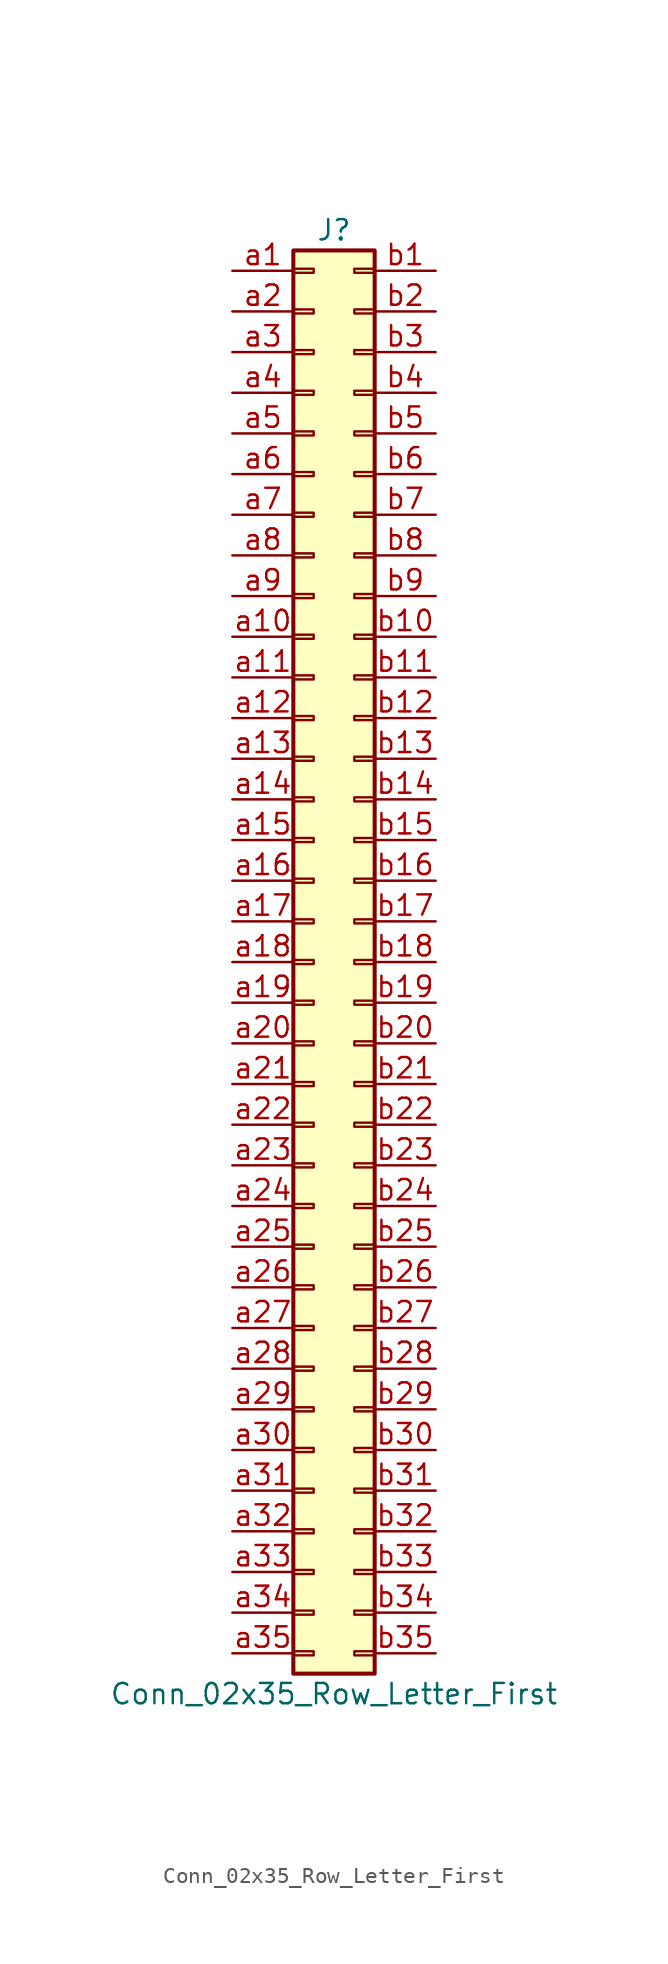
<source format=kicad_sym>
(kicad_symbol_lib
  (version 20211014)
  (generator kicad_symbol_editor)
  (symbol "Conn_02x35_Row_Letter_First"
    (pin_names
      (offset 1.016) hide)
    (property "Reference" "J"
      (at 1.27 45.72 0)
      (effects (font (size 1.27 1.27))))
    (property "Value" "Conn_02x35_Row_Letter_First"
      (at 1.27 -45.72 0)
      (effects (font (size 1.27 1.27))))
    (symbol "Conn_02x35_Row_Letter_First_1_1"
      (rectangle (start -1.27 -43.053) (end 0 -43.307) (stroke (width 0.152) (type default) (color 0 0 0 0)) (fill (type none)))
      (rectangle (start -1.27 -40.513) (end 0 -40.767) (stroke (width 0.152) (type default) (color 0 0 0 0)) (fill (type none)))
      (rectangle (start -1.27 -37.973) (end 0 -38.227) (stroke (width 0.152) (type default) (color 0 0 0 0)) (fill (type none)))
      (rectangle (start -1.27 -35.433) (end 0 -35.687) (stroke (width 0.152) (type default) (color 0 0 0 0)) (fill (type none)))
      (rectangle (start -1.27 -32.893) (end 0 -33.147) (stroke (width 0.152) (type default) (color 0 0 0 0)) (fill (type none)))
      (rectangle (start -1.27 -30.353) (end 0 -30.607) (stroke (width 0.152) (type default) (color 0 0 0 0)) (fill (type none)))
      (rectangle (start -1.27 -27.813) (end 0 -28.067) (stroke (width 0.152) (type default) (color 0 0 0 0)) (fill (type none)))
      (rectangle (start -1.27 -25.273) (end 0 -25.527) (stroke (width 0.152) (type default) (color 0 0 0 0)) (fill (type none)))
      (rectangle (start -1.27 -22.733) (end 0 -22.987) (stroke (width 0.152) (type default) (color 0 0 0 0)) (fill (type none)))
      (rectangle (start -1.27 -20.193) (end 0 -20.447) (stroke (width 0.152) (type default) (color 0 0 0 0)) (fill (type none)))
      (rectangle (start -1.27 -17.653) (end 0 -17.907) (stroke (width 0.152) (type default) (color 0 0 0 0)) (fill (type none)))
      (rectangle (start -1.27 -15.113) (end 0 -15.367) (stroke (width 0.152) (type default) (color 0 0 0 0)) (fill (type none)))
      (rectangle (start -1.27 -12.573) (end 0 -12.827) (stroke (width 0.152) (type default) (color 0 0 0 0)) (fill (type none)))
      (rectangle (start -1.27 -10.033) (end 0 -10.287) (stroke (width 0.152) (type default) (color 0 0 0 0)) (fill (type none)))
      (rectangle (start -1.27 -7.493) (end 0 -7.747) (stroke (width 0.152) (type default) (color 0 0 0 0)) (fill (type none)))
      (rectangle (start -1.27 -4.953) (end 0 -5.207) (stroke (width 0.152) (type default) (color 0 0 0 0)) (fill (type none)))
      (rectangle (start -1.27 -2.413) (end 0 -2.667) (stroke (width 0.152) (type default) (color 0 0 0 0)) (fill (type none)))
      (rectangle (start -1.27 0.127) (end 0 -0.127) (stroke (width 0.152) (type default) (color 0 0 0 0)) (fill (type none)))
      (rectangle (start -1.27 2.667) (end 0 2.413) (stroke (width 0.152) (type default) (color 0 0 0 0)) (fill (type none)))
      (rectangle (start -1.27 5.207) (end 0 4.953) (stroke (width 0.152) (type default) (color 0 0 0 0)) (fill (type none)))
      (rectangle (start -1.27 7.747) (end 0 7.493) (stroke (width 0.152) (type default) (color 0 0 0 0)) (fill (type none)))
      (rectangle (start -1.27 10.287) (end 0 10.033) (stroke (width 0.152) (type default) (color 0 0 0 0)) (fill (type none)))
      (rectangle (start -1.27 12.827) (end 0 12.573) (stroke (width 0.152) (type default) (color 0 0 0 0)) (fill (type none)))
      (rectangle (start -1.27 15.367) (end 0 15.113) (stroke (width 0.152) (type default) (color 0 0 0 0)) (fill (type none)))
      (rectangle (start -1.27 17.907) (end 0 17.653) (stroke (width 0.152) (type default) (color 0 0 0 0)) (fill (type none)))
      (rectangle (start -1.27 20.447) (end 0 20.193) (stroke (width 0.152) (type default) (color 0 0 0 0)) (fill (type none)))
      (rectangle (start -1.27 22.987) (end 0 22.733) (stroke (width 0.152) (type default) (color 0 0 0 0)) (fill (type none)))
      (rectangle (start -1.27 25.527) (end 0 25.273) (stroke (width 0.152) (type default) (color 0 0 0 0)) (fill (type none)))
      (rectangle (start -1.27 28.067) (end 0 27.813) (stroke (width 0.152) (type default) (color 0 0 0 0)) (fill (type none)))
      (rectangle (start -1.27 30.607) (end 0 30.353) (stroke (width 0.152) (type default) (color 0 0 0 0)) (fill (type none)))
      (rectangle (start -1.27 33.147) (end 0 32.893) (stroke (width 0.152) (type default) (color 0 0 0 0)) (fill (type none)))
      (rectangle (start -1.27 35.687) (end 0 35.433) (stroke (width 0.152) (type default) (color 0 0 0 0)) (fill (type none)))
      (rectangle (start -1.27 38.227) (end 0 37.973) (stroke (width 0.152) (type default) (color 0 0 0 0)) (fill (type none)))
      (rectangle (start -1.27 40.767) (end 0 40.513) (stroke (width 0.152) (type default) (color 0 0 0 0)) (fill (type none)))
      (rectangle (start -1.27 43.307) (end 0 43.053) (stroke (width 0.152) (type default) (color 0 0 0 0)) (fill (type none)))
      (rectangle (start -1.27 44.45) (end 3.81 -44.45) (stroke (width 0.254) (type default) (color 0 0 0 0)) (fill (type background)))
      (rectangle (start 3.81 -43.053) (end 2.54 -43.307) (stroke (width 0.152) (type default) (color 0 0 0 0)) (fill (type none)))
      (rectangle (start 3.81 -40.513) (end 2.54 -40.767) (stroke (width 0.152) (type default) (color 0 0 0 0)) (fill (type none)))
      (rectangle (start 3.81 -37.973) (end 2.54 -38.227) (stroke (width 0.152) (type default) (color 0 0 0 0)) (fill (type none)))
      (rectangle (start 3.81 -35.433) (end 2.54 -35.687) (stroke (width 0.152) (type default) (color 0 0 0 0)) (fill (type none)))
      (rectangle (start 3.81 -32.893) (end 2.54 -33.147) (stroke (width 0.152) (type default) (color 0 0 0 0)) (fill (type none)))
      (rectangle (start 3.81 -30.353) (end 2.54 -30.607) (stroke (width 0.152) (type default) (color 0 0 0 0)) (fill (type none)))
      (rectangle (start 3.81 -27.813) (end 2.54 -28.067) (stroke (width 0.152) (type default) (color 0 0 0 0)) (fill (type none)))
      (rectangle (start 3.81 -25.273) (end 2.54 -25.527) (stroke (width 0.152) (type default) (color 0 0 0 0)) (fill (type none)))
      (rectangle (start 3.81 -22.733) (end 2.54 -22.987) (stroke (width 0.152) (type default) (color 0 0 0 0)) (fill (type none)))
      (rectangle (start 3.81 -20.193) (end 2.54 -20.447) (stroke (width 0.152) (type default) (color 0 0 0 0)) (fill (type none)))
      (rectangle (start 3.81 -17.653) (end 2.54 -17.907) (stroke (width 0.152) (type default) (color 0 0 0 0)) (fill (type none)))
      (rectangle (start 3.81 -15.113) (end 2.54 -15.367) (stroke (width 0.152) (type default) (color 0 0 0 0)) (fill (type none)))
      (rectangle (start 3.81 -12.573) (end 2.54 -12.827) (stroke (width 0.152) (type default) (color 0 0 0 0)) (fill (type none)))
      (rectangle (start 3.81 -10.033) (end 2.54 -10.287) (stroke (width 0.152) (type default) (color 0 0 0 0)) (fill (type none)))
      (rectangle (start 3.81 -7.493) (end 2.54 -7.747) (stroke (width 0.152) (type default) (color 0 0 0 0)) (fill (type none)))
      (rectangle (start 3.81 -4.953) (end 2.54 -5.207) (stroke (width 0.152) (type default) (color 0 0 0 0)) (fill (type none)))
      (rectangle (start 3.81 -2.413) (end 2.54 -2.667) (stroke (width 0.152) (type default) (color 0 0 0 0)) (fill (type none)))
      (rectangle (start 3.81 0.127) (end 2.54 -0.127) (stroke (width 0.152) (type default) (color 0 0 0 0)) (fill (type none)))
      (rectangle (start 3.81 2.667) (end 2.54 2.413) (stroke (width 0.152) (type default) (color 0 0 0 0)) (fill (type none)))
      (rectangle (start 3.81 5.207) (end 2.54 4.953) (stroke (width 0.152) (type default) (color 0 0 0 0)) (fill (type none)))
      (rectangle (start 3.81 7.747) (end 2.54 7.493) (stroke (width 0.152) (type default) (color 0 0 0 0)) (fill (type none)))
      (rectangle (start 3.81 10.287) (end 2.54 10.033) (stroke (width 0.152) (type default) (color 0 0 0 0)) (fill (type none)))
      (rectangle (start 3.81 12.827) (end 2.54 12.573) (stroke (width 0.152) (type default) (color 0 0 0 0)) (fill (type none)))
      (rectangle (start 3.81 15.367) (end 2.54 15.113) (stroke (width 0.152) (type default) (color 0 0 0 0)) (fill (type none)))
      (rectangle (start 3.81 17.907) (end 2.54 17.653) (stroke (width 0.152) (type default) (color 0 0 0 0)) (fill (type none)))
      (rectangle (start 3.81 20.447) (end 2.54 20.193) (stroke (width 0.152) (type default) (color 0 0 0 0)) (fill (type none)))
      (rectangle (start 3.81 22.987) (end 2.54 22.733) (stroke (width 0.152) (type default) (color 0 0 0 0)) (fill (type none)))
      (rectangle (start 3.81 25.527) (end 2.54 25.273) (stroke (width 0.152) (type default) (color 0 0 0 0)) (fill (type none)))
      (rectangle (start 3.81 28.067) (end 2.54 27.813) (stroke (width 0.152) (type default) (color 0 0 0 0)) (fill (type none)))
      (rectangle (start 3.81 30.607) (end 2.54 30.353) (stroke (width 0.152) (type default) (color 0 0 0 0)) (fill (type none)))
      (rectangle (start 3.81 33.147) (end 2.54 32.893) (stroke (width 0.152) (type default) (color 0 0 0 0)) (fill (type none)))
      (rectangle (start 3.81 35.687) (end 2.54 35.433) (stroke (width 0.152) (type default) (color 0 0 0 0)) (fill (type none)))
      (rectangle (start 3.81 38.227) (end 2.54 37.973) (stroke (width 0.152) (type default) (color 0 0 0 0)) (fill (type none)))
      (rectangle (start 3.81 40.767) (end 2.54 40.513) (stroke (width 0.152) (type default) (color 0 0 0 0)) (fill (type none)))
      (rectangle (start 3.81 43.307) (end 2.54 43.053) (stroke (width 0.152) (type default) (color 0 0 0 0)) (fill (type none)))
      (pin passive line (at -5.08 43.18 0) (length 3.81) (name "Pin_a1" (effects (font (size 1.27 1.27)))) (number "a1" (effects (font (size 1.27 1.27)))))
      (pin passive line (at -5.08 20.32 0) (length 3.81) (name "Pin_a10" (effects (font (size 1.27 1.27)))) (number "a10" (effects (font (size 1.27 1.27)))))
      (pin passive line (at -5.08 17.78 0) (length 3.81) (name "Pin_a11" (effects (font (size 1.27 1.27)))) (number "a11" (effects (font (size 1.27 1.27)))))
      (pin passive line (at -5.08 15.24 0) (length 3.81) (name "Pin_a12" (effects (font (size 1.27 1.27)))) (number "a12" (effects (font (size 1.27 1.27)))))
      (pin passive line (at -5.08 12.7 0) (length 3.81) (name "Pin_a13" (effects (font (size 1.27 1.27)))) (number "a13" (effects (font (size 1.27 1.27)))))
      (pin passive line (at -5.08 10.16 0) (length 3.81) (name "Pin_a14" (effects (font (size 1.27 1.27)))) (number "a14" (effects (font (size 1.27 1.27)))))
      (pin passive line (at -5.08 7.62 0) (length 3.81) (name "Pin_a15" (effects (font (size 1.27 1.27)))) (number "a15" (effects (font (size 1.27 1.27)))))
      (pin passive line (at -5.08 5.08 0) (length 3.81) (name "Pin_a16" (effects (font (size 1.27 1.27)))) (number "a16" (effects (font (size 1.27 1.27)))))
      (pin passive line (at -5.08 2.54 0) (length 3.81) (name "Pin_a17" (effects (font (size 1.27 1.27)))) (number "a17" (effects (font (size 1.27 1.27)))))
      (pin passive line (at -5.08 0 0) (length 3.81) (name "Pin_a18" (effects (font (size 1.27 1.27)))) (number "a18" (effects (font (size 1.27 1.27)))))
      (pin passive line (at -5.08 -2.54 0) (length 3.81) (name "Pin_a19" (effects (font (size 1.27 1.27)))) (number "a19" (effects (font (size 1.27 1.27)))))
      (pin passive line (at -5.08 40.64 0) (length 3.81) (name "Pin_a2" (effects (font (size 1.27 1.27)))) (number "a2" (effects (font (size 1.27 1.27)))))
      (pin passive line (at -5.08 -5.08 0) (length 3.81) (name "Pin_a20" (effects (font (size 1.27 1.27)))) (number "a20" (effects (font (size 1.27 1.27)))))
      (pin passive line (at -5.08 -7.62 0) (length 3.81) (name "Pin_a21" (effects (font (size 1.27 1.27)))) (number "a21" (effects (font (size 1.27 1.27)))))
      (pin passive line (at -5.08 -10.16 0) (length 3.81) (name "Pin_a22" (effects (font (size 1.27 1.27)))) (number "a22" (effects (font (size 1.27 1.27)))))
      (pin passive line (at -5.08 -12.7 0) (length 3.81) (name "Pin_a23" (effects (font (size 1.27 1.27)))) (number "a23" (effects (font (size 1.27 1.27)))))
      (pin passive line (at -5.08 -15.24 0) (length 3.81) (name "Pin_a24" (effects (font (size 1.27 1.27)))) (number "a24" (effects (font (size 1.27 1.27)))))
      (pin passive line (at -5.08 -17.78 0) (length 3.81) (name "Pin_a25" (effects (font (size 1.27 1.27)))) (number "a25" (effects (font (size 1.27 1.27)))))
      (pin passive line (at -5.08 -20.32 0) (length 3.81) (name "Pin_a26" (effects (font (size 1.27 1.27)))) (number "a26" (effects (font (size 1.27 1.27)))))
      (pin passive line (at -5.08 -22.86 0) (length 3.81) (name "Pin_a27" (effects (font (size 1.27 1.27)))) (number "a27" (effects (font (size 1.27 1.27)))))
      (pin passive line (at -5.08 -25.4 0) (length 3.81) (name "Pin_a28" (effects (font (size 1.27 1.27)))) (number "a28" (effects (font (size 1.27 1.27)))))
      (pin passive line (at -5.08 -27.94 0) (length 3.81) (name "Pin_a29" (effects (font (size 1.27 1.27)))) (number "a29" (effects (font (size 1.27 1.27)))))
      (pin passive line (at -5.08 38.1 0) (length 3.81) (name "Pin_a3" (effects (font (size 1.27 1.27)))) (number "a3" (effects (font (size 1.27 1.27)))))
      (pin passive line (at -5.08 -30.48 0) (length 3.81) (name "Pin_a30" (effects (font (size 1.27 1.27)))) (number "a30" (effects (font (size 1.27 1.27)))))
      (pin passive line (at -5.08 -33.02 0) (length 3.81) (name "Pin_a31" (effects (font (size 1.27 1.27)))) (number "a31" (effects (font (size 1.27 1.27)))))
      (pin passive line (at -5.08 -35.56 0) (length 3.81) (name "Pin_a32" (effects (font (size 1.27 1.27)))) (number "a32" (effects (font (size 1.27 1.27)))))
      (pin passive line (at -5.08 -38.1 0) (length 3.81) (name "Pin_a33" (effects (font (size 1.27 1.27)))) (number "a33" (effects (font (size 1.27 1.27)))))
      (pin passive line (at -5.08 -40.64 0) (length 3.81) (name "Pin_a34" (effects (font (size 1.27 1.27)))) (number "a34" (effects (font (size 1.27 1.27)))))
      (pin passive line (at -5.08 -43.18 0) (length 3.81) (name "Pin_a35" (effects (font (size 1.27 1.27)))) (number "a35" (effects (font (size 1.27 1.27)))))
      (pin passive line (at -5.08 35.56 0) (length 3.81) (name "Pin_a4" (effects (font (size 1.27 1.27)))) (number "a4" (effects (font (size 1.27 1.27)))))
      (pin passive line (at -5.08 33.02 0) (length 3.81) (name "Pin_a5" (effects (font (size 1.27 1.27)))) (number "a5" (effects (font (size 1.27 1.27)))))
      (pin passive line (at -5.08 30.48 0) (length 3.81) (name "Pin_a6" (effects (font (size 1.27 1.27)))) (number "a6" (effects (font (size 1.27 1.27)))))
      (pin passive line (at -5.08 27.94 0) (length 3.81) (name "Pin_a7" (effects (font (size 1.27 1.27)))) (number "a7" (effects (font (size 1.27 1.27)))))
      (pin passive line (at -5.08 25.4 0) (length 3.81) (name "Pin_a8" (effects (font (size 1.27 1.27)))) (number "a8" (effects (font (size 1.27 1.27)))))
      (pin passive line (at -5.08 22.86 0) (length 3.81) (name "Pin_a9" (effects (font (size 1.27 1.27)))) (number "a9" (effects (font (size 1.27 1.27)))))
      (pin passive line (at 7.62 43.18 180) (length 3.81) (name "Pin_b1" (effects (font (size 1.27 1.27)))) (number "b1" (effects (font (size 1.27 1.27)))))
      (pin passive line (at 7.62 20.32 180) (length 3.81) (name "Pin_b10" (effects (font (size 1.27 1.27)))) (number "b10" (effects (font (size 1.27 1.27)))))
      (pin passive line (at 7.62 17.78 180) (length 3.81) (name "Pin_b11" (effects (font (size 1.27 1.27)))) (number "b11" (effects (font (size 1.27 1.27)))))
      (pin passive line (at 7.62 15.24 180) (length 3.81) (name "Pin_b12" (effects (font (size 1.27 1.27)))) (number "b12" (effects (font (size 1.27 1.27)))))
      (pin passive line (at 7.62 12.7 180) (length 3.81) (name "Pin_b13" (effects (font (size 1.27 1.27)))) (number "b13" (effects (font (size 1.27 1.27)))))
      (pin passive line (at 7.62 10.16 180) (length 3.81) (name "Pin_b14" (effects (font (size 1.27 1.27)))) (number "b14" (effects (font (size 1.27 1.27)))))
      (pin passive line (at 7.62 7.62 180) (length 3.81) (name "Pin_b15" (effects (font (size 1.27 1.27)))) (number "b15" (effects (font (size 1.27 1.27)))))
      (pin passive line (at 7.62 5.08 180) (length 3.81) (name "Pin_b16" (effects (font (size 1.27 1.27)))) (number "b16" (effects (font (size 1.27 1.27)))))
      (pin passive line (at 7.62 2.54 180) (length 3.81) (name "Pin_b17" (effects (font (size 1.27 1.27)))) (number "b17" (effects (font (size 1.27 1.27)))))
      (pin passive line (at 7.62 0 180) (length 3.81) (name "Pin_b18" (effects (font (size 1.27 1.27)))) (number "b18" (effects (font (size 1.27 1.27)))))
      (pin passive line (at 7.62 -2.54 180) (length 3.81) (name "Pin_b19" (effects (font (size 1.27 1.27)))) (number "b19" (effects (font (size 1.27 1.27)))))
      (pin passive line (at 7.62 40.64 180) (length 3.81) (name "Pin_b2" (effects (font (size 1.27 1.27)))) (number "b2" (effects (font (size 1.27 1.27)))))
      (pin passive line (at 7.62 -5.08 180) (length 3.81) (name "Pin_b20" (effects (font (size 1.27 1.27)))) (number "b20" (effects (font (size 1.27 1.27)))))
      (pin passive line (at 7.62 -7.62 180) (length 3.81) (name "Pin_b21" (effects (font (size 1.27 1.27)))) (number "b21" (effects (font (size 1.27 1.27)))))
      (pin passive line (at 7.62 -10.16 180) (length 3.81) (name "Pin_b22" (effects (font (size 1.27 1.27)))) (number "b22" (effects (font (size 1.27 1.27)))))
      (pin passive line (at 7.62 -12.7 180) (length 3.81) (name "Pin_b23" (effects (font (size 1.27 1.27)))) (number "b23" (effects (font (size 1.27 1.27)))))
      (pin passive line (at 7.62 -15.24 180) (length 3.81) (name "Pin_b24" (effects (font (size 1.27 1.27)))) (number "b24" (effects (font (size 1.27 1.27)))))
      (pin passive line (at 7.62 -17.78 180) (length 3.81) (name "Pin_b25" (effects (font (size 1.27 1.27)))) (number "b25" (effects (font (size 1.27 1.27)))))
      (pin passive line (at 7.62 -20.32 180) (length 3.81) (name "Pin_b26" (effects (font (size 1.27 1.27)))) (number "b26" (effects (font (size 1.27 1.27)))))
      (pin passive line (at 7.62 -22.86 180) (length 3.81) (name "Pin_b27" (effects (font (size 1.27 1.27)))) (number "b27" (effects (font (size 1.27 1.27)))))
      (pin passive line (at 7.62 -25.4 180) (length 3.81) (name "Pin_b28" (effects (font (size 1.27 1.27)))) (number "b28" (effects (font (size 1.27 1.27)))))
      (pin passive line (at 7.62 -27.94 180) (length 3.81) (name "Pin_b29" (effects (font (size 1.27 1.27)))) (number "b29" (effects (font (size 1.27 1.27)))))
      (pin passive line (at 7.62 38.1 180) (length 3.81) (name "Pin_b3" (effects (font (size 1.27 1.27)))) (number "b3" (effects (font (size 1.27 1.27)))))
      (pin passive line (at 7.62 -30.48 180) (length 3.81) (name "Pin_b30" (effects (font (size 1.27 1.27)))) (number "b30" (effects (font (size 1.27 1.27)))))
      (pin passive line (at 7.62 -33.02 180) (length 3.81) (name "Pin_b31" (effects (font (size 1.27 1.27)))) (number "b31" (effects (font (size 1.27 1.27)))))
      (pin passive line (at 7.62 -35.56 180) (length 3.81) (name "Pin_b32" (effects (font (size 1.27 1.27)))) (number "b32" (effects (font (size 1.27 1.27)))))
      (pin passive line (at 7.62 -38.1 180) (length 3.81) (name "Pin_b33" (effects (font (size 1.27 1.27)))) (number "b33" (effects (font (size 1.27 1.27)))))
      (pin passive line (at 7.62 -40.64 180) (length 3.81) (name "Pin_b34" (effects (font (size 1.27 1.27)))) (number "b34" (effects (font (size 1.27 1.27)))))
      (pin passive line (at 7.62 -43.18 180) (length 3.81) (name "Pin_b35" (effects (font (size 1.27 1.27)))) (number "b35" (effects (font (size 1.27 1.27)))))
      (pin passive line (at 7.62 35.56 180) (length 3.81) (name "Pin_b4" (effects (font (size 1.27 1.27)))) (number "b4" (effects (font (size 1.27 1.27)))))
      (pin passive line (at 7.62 33.02 180) (length 3.81) (name "Pin_b5" (effects (font (size 1.27 1.27)))) (number "b5" (effects (font (size 1.27 1.27)))))
      (pin passive line (at 7.62 30.48 180) (length 3.81) (name "Pin_b6" (effects (font (size 1.27 1.27)))) (number "b6" (effects (font (size 1.27 1.27)))))
      (pin passive line (at 7.62 27.94 180) (length 3.81) (name "Pin_b7" (effects (font (size 1.27 1.27)))) (number "b7" (effects (font (size 1.27 1.27)))))
      (pin passive line (at 7.62 25.4 180) (length 3.81) (name "Pin_b8" (effects (font (size 1.27 1.27)))) (number "b8" (effects (font (size 1.27 1.27)))))
      (pin passive line (at 7.62 22.86 180) (length 3.81) (name "Pin_b9" (effects (font (size 1.27 1.27)))) (number "b9" (effects (font (size 1.27 1.27))))))))
</source>
